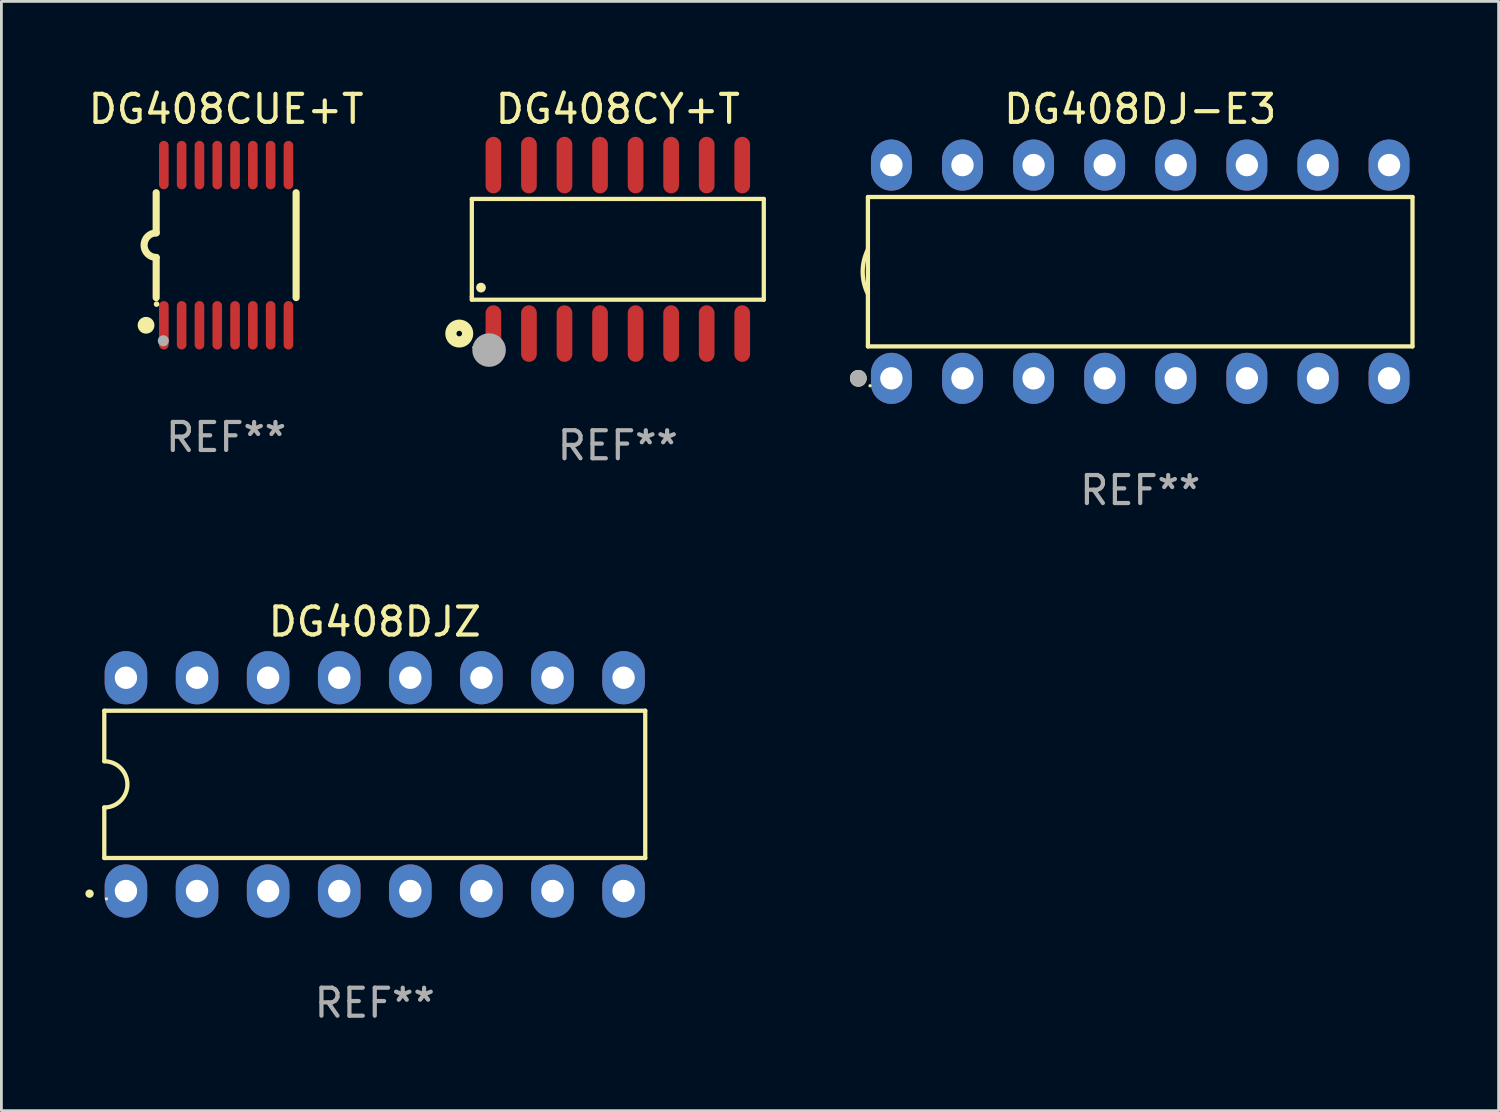
<source format=kicad_pcb>
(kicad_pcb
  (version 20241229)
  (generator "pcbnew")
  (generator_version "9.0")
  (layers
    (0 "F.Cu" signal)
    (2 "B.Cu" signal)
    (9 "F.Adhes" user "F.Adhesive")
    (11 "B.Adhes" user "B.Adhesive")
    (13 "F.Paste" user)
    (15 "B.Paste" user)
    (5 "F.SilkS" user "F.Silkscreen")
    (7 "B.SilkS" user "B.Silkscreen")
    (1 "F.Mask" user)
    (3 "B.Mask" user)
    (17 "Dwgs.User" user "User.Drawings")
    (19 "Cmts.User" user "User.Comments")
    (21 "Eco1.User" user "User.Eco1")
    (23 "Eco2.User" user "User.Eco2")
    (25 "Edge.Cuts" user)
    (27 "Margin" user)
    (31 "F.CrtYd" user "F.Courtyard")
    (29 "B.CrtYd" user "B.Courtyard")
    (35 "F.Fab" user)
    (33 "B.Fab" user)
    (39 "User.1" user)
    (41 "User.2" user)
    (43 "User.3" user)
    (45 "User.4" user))
  (footprint "DG408CUE+T"
    (layer "F.Cu")
    (at 5.03 5.71)
    (property "Reference" "DG408CUE+T" (at 0 -4.862 0) (layer "F.SilkS") (effects (font (size 1 1) (thickness 0.15))))
    (attr through_hole)
    (fp_line (start -2.5 -1.874) (end -2.5 -0.439) (stroke (width 0.254) (type solid)) (layer "F.SilkS"))
    (fp_line (start -2.5 1.874) (end -2.5 0.439) (stroke (width 0.254) (type solid)) (layer "F.SilkS"))
    (fp_line (start 2.5 -1.874) (end 2.5 1.874) (stroke (width 0.254) (type solid)) (layer "F.SilkS"))
    (fp_arc (start -2.5 0.438989) (mid -2.938633 -0.000597) (end -2.499365 -0.439547) (stroke (width 0.254001) (type solid)) (layer "F.SilkS"))
    (fp_circle (center -2.862 2.862) (end -2.712 2.862) (stroke (width 0.3) (type solid)) (fill no) (layer "F.SilkS"))
    (fp_circle (center -2.486 2.106) (end -2.436 2.106) (stroke (width 0.1) (type solid)) (fill no) (layer "F.SilkS"))
    (fp_circle (center -2.244 3.416) (end -2.144 3.416) (stroke (width 0.2) (type solid)) (fill no) (layer "F.Fab"))
    (fp_text user "REF**" (at 0 6.862 0) (layer "F.Fab") (effects (font (size 1 1) (thickness 0.15))))
    (pad "1" smd oval (at -2.226 2.862) (size 0.343 1.731) (layers "F.Cu" "F.Mask" "F.Paste"))
    (pad "2" smd oval (at -1.59 2.862) (size 0.343 1.731) (layers "F.Cu" "F.Mask" "F.Paste"))
    (pad "3" smd oval (at -0.954 2.862) (size 0.343 1.731) (layers "F.Cu" "F.Mask" "F.Paste"))
    (pad "4" smd oval (at -0.318 2.862) (size 0.343 1.731) (layers "F.Cu" "F.Mask" "F.Paste"))
    (pad "5" smd oval (at 0.318 2.862) (size 0.343 1.731) (layers "F.Cu" "F.Mask" "F.Paste"))
    (pad "6" smd oval (at 0.954 2.862) (size 0.343 1.731) (layers "F.Cu" "F.Mask" "F.Paste"))
    (pad "7" smd oval (at 1.59 2.862) (size 0.343 1.731) (layers "F.Cu" "F.Mask" "F.Paste"))
    (pad "8" smd oval (at 2.226 2.862) (size 0.343 1.731) (layers "F.Cu" "F.Mask" "F.Paste"))
    (pad "9" smd oval (at 2.226 -2.862) (size 0.343 1.731) (layers "F.Cu" "F.Mask" "F.Paste"))
    (pad "10" smd oval (at 1.59 -2.862) (size 0.343 1.731) (layers "F.Cu" "F.Mask" "F.Paste"))
    (pad "11" smd oval (at 0.954 -2.862) (size 0.343 1.731) (layers "F.Cu" "F.Mask" "F.Paste"))
    (pad "12" smd oval (at 0.318 -2.862) (size 0.343 1.731) (layers "F.Cu" "F.Mask" "F.Paste"))
    (pad "13" smd oval (at -0.318 -2.862) (size 0.343 1.731) (layers "F.Cu" "F.Mask" "F.Paste"))
    (pad "14" smd oval (at -0.954 -2.862) (size 0.343 1.731) (layers "F.Cu" "F.Mask" "F.Paste"))
    (pad "15" smd oval (at -1.59 -2.862) (size 0.343 1.731) (layers "F.Cu" "F.Mask" "F.Paste"))
    (pad "16" smd oval (at -2.226 -2.862) (size 0.343 1.731) (layers "F.Cu" "F.Mask" "F.Paste")))
  (footprint "DG408DJ-E3"
    (layer "F.Cu")
    (at 37.689 6.658)
    (property "Reference" "DG408DJ-E3" (at 0 -5.81 0) (layer "F.SilkS") (effects (font (size 1 1) (thickness 0.15))))
    (attr through_hole)
    (fp_line (start -9.729 -2.669) (end 9.729 -2.669) (stroke (width 0.152) (type solid)) (layer "F.SilkS"))
    (fp_line (start -9.729 2.669) (end -9.729 -2.669) (stroke (width 0.152) (type solid)) (layer "F.SilkS"))
    (fp_line (start 9.729 -2.669) (end 9.729 2.669) (stroke (width 0.152) (type solid)) (layer "F.SilkS"))
    (fp_line (start 9.729 2.669) (end -9.729 2.669) (stroke (width 0.152) (type solid)) (layer "F.SilkS"))
    (fp_arc (start -9.728727 0.793751) (mid -9.916106 0) (end -9.728727 -0.793752) (stroke (width 0.1524) (type solid)) (layer "F.SilkS"))
    (fp_circle (center -10.072 3.81) (end -9.922 3.81) (stroke (width 0.3) (type solid)) (fill no) (layer "F.SilkS"))
    (fp_circle (center -9.653 4.075) (end -9.623 4.075) (stroke (width 0.06) (type solid)) (fill no) (layer "F.SilkS"))
    (fp_circle (center -10.072 3.81) (end -9.922 3.81) (stroke (width 0.3) (type solid)) (fill no) (layer "F.Fab"))
    (fp_text user "REF**" (at 0 7.81 0) (layer "F.Fab") (effects (font (size 1 1) (thickness 0.15))))
    (pad "1" thru_hole oval (at -8.89 3.81) (size 1.46 1.825) (drill 0.8) (layers "*.Cu" "*.Mask"))
    (pad "2" thru_hole oval (at -6.35 3.81) (size 1.46 1.825) (drill 0.8) (layers "*.Cu" "*.Mask"))
    (pad "3" thru_hole oval (at -3.81 3.81) (size 1.46 1.825) (drill 0.8) (layers "*.Cu" "*.Mask"))
    (pad "4" thru_hole oval (at -1.27 3.81) (size 1.46 1.825) (drill 0.8) (layers "*.Cu" "*.Mask"))
    (pad "5" thru_hole oval (at 1.27 3.81) (size 1.46 1.825) (drill 0.8) (layers "*.Cu" "*.Mask"))
    (pad "6" thru_hole oval (at 3.81 3.81) (size 1.46 1.825) (drill 0.8) (layers "*.Cu" "*.Mask"))
    (pad "7" thru_hole oval (at 6.35 3.81) (size 1.46 1.825) (drill 0.8) (layers "*.Cu" "*.Mask"))
    (pad "8" thru_hole oval (at 8.89 3.81) (size 1.46 1.825) (drill 0.8) (layers "*.Cu" "*.Mask"))
    (pad "9" thru_hole oval (at 8.89 -3.81) (size 1.46 1.825) (drill 0.8) (layers "*.Cu" "*.Mask"))
    (pad "10" thru_hole oval (at 6.35 -3.81) (size 1.46 1.825) (drill 0.8) (layers "*.Cu" "*.Mask"))
    (pad "11" thru_hole oval (at 3.81 -3.81) (size 1.46 1.825) (drill 0.8) (layers "*.Cu" "*.Mask"))
    (pad "12" thru_hole oval (at 1.27 -3.81) (size 1.46 1.825) (drill 0.8) (layers "*.Cu" "*.Mask"))
    (pad "13" thru_hole oval (at -1.27 -3.81) (size 1.46 1.825) (drill 0.8) (layers "*.Cu" "*.Mask"))
    (pad "14" thru_hole oval (at -3.81 -3.81) (size 1.46 1.825) (drill 0.8) (layers "*.Cu" "*.Mask"))
    (pad "15" thru_hole oval (at -6.35 -3.81) (size 1.46 1.825) (drill 0.8) (layers "*.Cu" "*.Mask"))
    (pad "16" thru_hole oval (at -8.89 -3.81) (size 1.46 1.825) (drill 0.8) (layers "*.Cu" "*.Mask")))
  (footprint "DG408CY+T"
    (layer "F.Cu")
    (at 19.024 5.858)
    (property "Reference" "DG408CY+T" (at 0 -5.01 0) (layer "F.SilkS") (effects (font (size 1 1) (thickness 0.15))))
    (attr through_hole)
    (fp_line (start -5.216 -1.8) (end 5.216 -1.8) (stroke (width 0.152) (type solid)) (layer "F.SilkS"))
    (fp_line (start -5.216 1.695) (end -5.216 -1.8) (stroke (width 0.152) (type solid)) (layer "F.SilkS"))
    (fp_line (start -5.216 1.8) (end -5.216 1.695) (stroke (width 0.152) (type solid)) (layer "F.SilkS"))
    (fp_line (start 5.216 -1.8) (end 5.216 1.8) (stroke (width 0.152) (type solid)) (layer "F.SilkS"))
    (fp_line (start 5.216 1.8) (end -5.216 1.8) (stroke (width 0.152) (type solid)) (layer "F.SilkS"))
    (fp_circle (center -5.665 3.01) (end -5.565 3.01) (stroke (width 0.4) (type solid)) (fill no) (layer "F.SilkS"))
    (fp_circle (center -5.14 3.5) (end -5.11 3.5) (stroke (width 0.06) (type solid)) (fill no) (layer "F.SilkS"))
    (fp_circle (center -4.889 1.368) (end -4.801 1.368) (stroke (width 0.175) (type solid)) (fill no) (layer "F.SilkS"))
    (fp_circle (center -4.6 3.6) (end -4.3 3.6) (stroke (width 0.6) (type solid)) (fill no) (layer "F.Fab"))
    (fp_text user "REF**" (at 0 7.01 0) (layer "F.Fab") (effects (font (size 1 1) (thickness 0.15))))
    (pad "1" smd oval (at -4.445 3.01) (size 0.56 2.02) (layers "F.Cu" "F.Mask" "F.Paste"))
    (pad "2" smd oval (at -3.175 3.01) (size 0.56 2.02) (layers "F.Cu" "F.Mask" "F.Paste"))
    (pad "3" smd oval (at -1.905 3.01) (size 0.56 2.02) (layers "F.Cu" "F.Mask" "F.Paste"))
    (pad "4" smd oval (at -0.635 3.01) (size 0.56 2.02) (layers "F.Cu" "F.Mask" "F.Paste"))
    (pad "5" smd oval (at 0.635 3.01) (size 0.56 2.02) (layers "F.Cu" "F.Mask" "F.Paste"))
    (pad "6" smd oval (at 1.905 3.01) (size 0.56 2.02) (layers "F.Cu" "F.Mask" "F.Paste"))
    (pad "7" smd oval (at 3.175 3.01) (size 0.56 2.02) (layers "F.Cu" "F.Mask" "F.Paste"))
    (pad "8" smd oval (at 4.445 3.01) (size 0.56 2.02) (layers "F.Cu" "F.Mask" "F.Paste"))
    (pad "9" smd oval (at 4.445 -3.01) (size 0.56 2.02) (layers "F.Cu" "F.Mask" "F.Paste"))
    (pad "10" smd oval (at 3.175 -3.01) (size 0.56 2.02) (layers "F.Cu" "F.Mask" "F.Paste"))
    (pad "11" smd oval (at 1.905 -3.01) (size 0.56 2.02) (layers "F.Cu" "F.Mask" "F.Paste"))
    (pad "12" smd oval (at 0.635 -3.01) (size 0.56 2.02) (layers "F.Cu" "F.Mask" "F.Paste"))
    (pad "13" smd oval (at -0.635 -3.01) (size 0.56 2.02) (layers "F.Cu" "F.Mask" "F.Paste"))
    (pad "14" smd oval (at -1.905 -3.01) (size 0.56 2.02) (layers "F.Cu" "F.Mask" "F.Paste"))
    (pad "15" smd oval (at -3.175 -3.01) (size 0.56 2.02) (layers "F.Cu" "F.Mask" "F.Paste"))
    (pad "16" smd oval (at -4.445 -3.01) (size 0.56 2.02) (layers "F.Cu" "F.Mask" "F.Paste")))
  (footprint "DG408DJZ"
    (layer "F.Cu")
    (at 10.34 24.975)
    (property "Reference" "DG408DJZ" (at 0 -5.81 0) (layer "F.SilkS") (effects (font (size 1 1) (thickness 0.15))))
    (attr through_hole)
    (fp_line (start -9.664 -2.631) (end -9.664 -0.826) (stroke (width 0.152) (type solid)) (layer "F.SilkS"))
    (fp_line (start -9.664 0.826) (end -9.664 2.631) (stroke (width 0.152) (type solid)) (layer "F.SilkS"))
    (fp_line (start -9.664 2.631) (end 9.664 2.631) (stroke (width 0.152) (type solid)) (layer "F.SilkS"))
    (fp_line (start 9.664 -2.631) (end -9.664 -2.631) (stroke (width 0.152) (type solid)) (layer "F.SilkS"))
    (fp_line (start 9.664 2.631) (end 9.664 -2.631) (stroke (width 0.152) (type solid)) (layer "F.SilkS"))
    (fp_arc (start -9.663701 -0.825626) (mid -8.838075 0) (end -9.663701 0.825626) (stroke (width 0.1524) (type solid)) (layer "F.SilkS"))
    (fp_circle (center -10.19 3.905) (end -10.115 3.905) (stroke (width 0.15) (type solid)) (fill no) (layer "F.SilkS"))
    (fp_circle (center -9.588 4.09) (end -9.558 4.09) (stroke (width 0.06) (type solid)) (fill no) (layer "F.SilkS"))
    (fp_text user "REF**" (at 0 7.81 0) (layer "F.Fab") (effects (font (size 1 1) (thickness 0.15))))
    (pad "1" thru_hole oval (at -8.89 3.81) (size 1.52 1.9) (drill 0.8) (layers "*.Cu" "*.Mask"))
    (pad "2" thru_hole oval (at -6.35 3.81) (size 1.52 1.9) (drill 0.8) (layers "*.Cu" "*.Mask"))
    (pad "3" thru_hole oval (at -3.81 3.81) (size 1.52 1.9) (drill 0.8) (layers "*.Cu" "*.Mask"))
    (pad "4" thru_hole oval (at -1.27 3.81) (size 1.52 1.9) (drill 0.8) (layers "*.Cu" "*.Mask"))
    (pad "5" thru_hole oval (at 1.27 3.81) (size 1.52 1.9) (drill 0.8) (layers "*.Cu" "*.Mask"))
    (pad "6" thru_hole oval (at 3.81 3.81) (size 1.52 1.9) (drill 0.8) (layers "*.Cu" "*.Mask"))
    (pad "7" thru_hole oval (at 6.35 3.81) (size 1.52 1.9) (drill 0.8) (layers "*.Cu" "*.Mask"))
    (pad "8" thru_hole oval (at 8.89 3.81) (size 1.52 1.9) (drill 0.8) (layers "*.Cu" "*.Mask"))
    (pad "9" thru_hole oval (at 8.89 -3.81) (size 1.52 1.9) (drill 0.8) (layers "*.Cu" "*.Mask"))
    (pad "10" thru_hole oval (at 6.35 -3.81) (size 1.52 1.9) (drill 0.8) (layers "*.Cu" "*.Mask"))
    (pad "11" thru_hole oval (at 3.81 -3.81) (size 1.52 1.9) (drill 0.8) (layers "*.Cu" "*.Mask"))
    (pad "12" thru_hole oval (at 1.27 -3.81) (size 1.52 1.9) (drill 0.8) (layers "*.Cu" "*.Mask"))
    (pad "13" thru_hole oval (at -1.27 -3.81) (size 1.52 1.9) (drill 0.8) (layers "*.Cu" "*.Mask"))
    (pad "14" thru_hole oval (at -3.81 -3.81) (size 1.52 1.9) (drill 0.8) (layers "*.Cu" "*.Mask"))
    (pad "15" thru_hole oval (at -6.35 -3.81) (size 1.52 1.9) (drill 0.8) (layers "*.Cu" "*.Mask"))
    (pad "16" thru_hole oval (at -8.89 -3.81) (size 1.52 1.9) (drill 0.8) (layers "*.Cu" "*.Mask")))
  (gr_rect
    (start -3 -3)
    (end 50.494 36.633)
    (stroke (width 0.1) (type default))
    (fill no)
    (layer "Edge.Cuts")))
</source>
